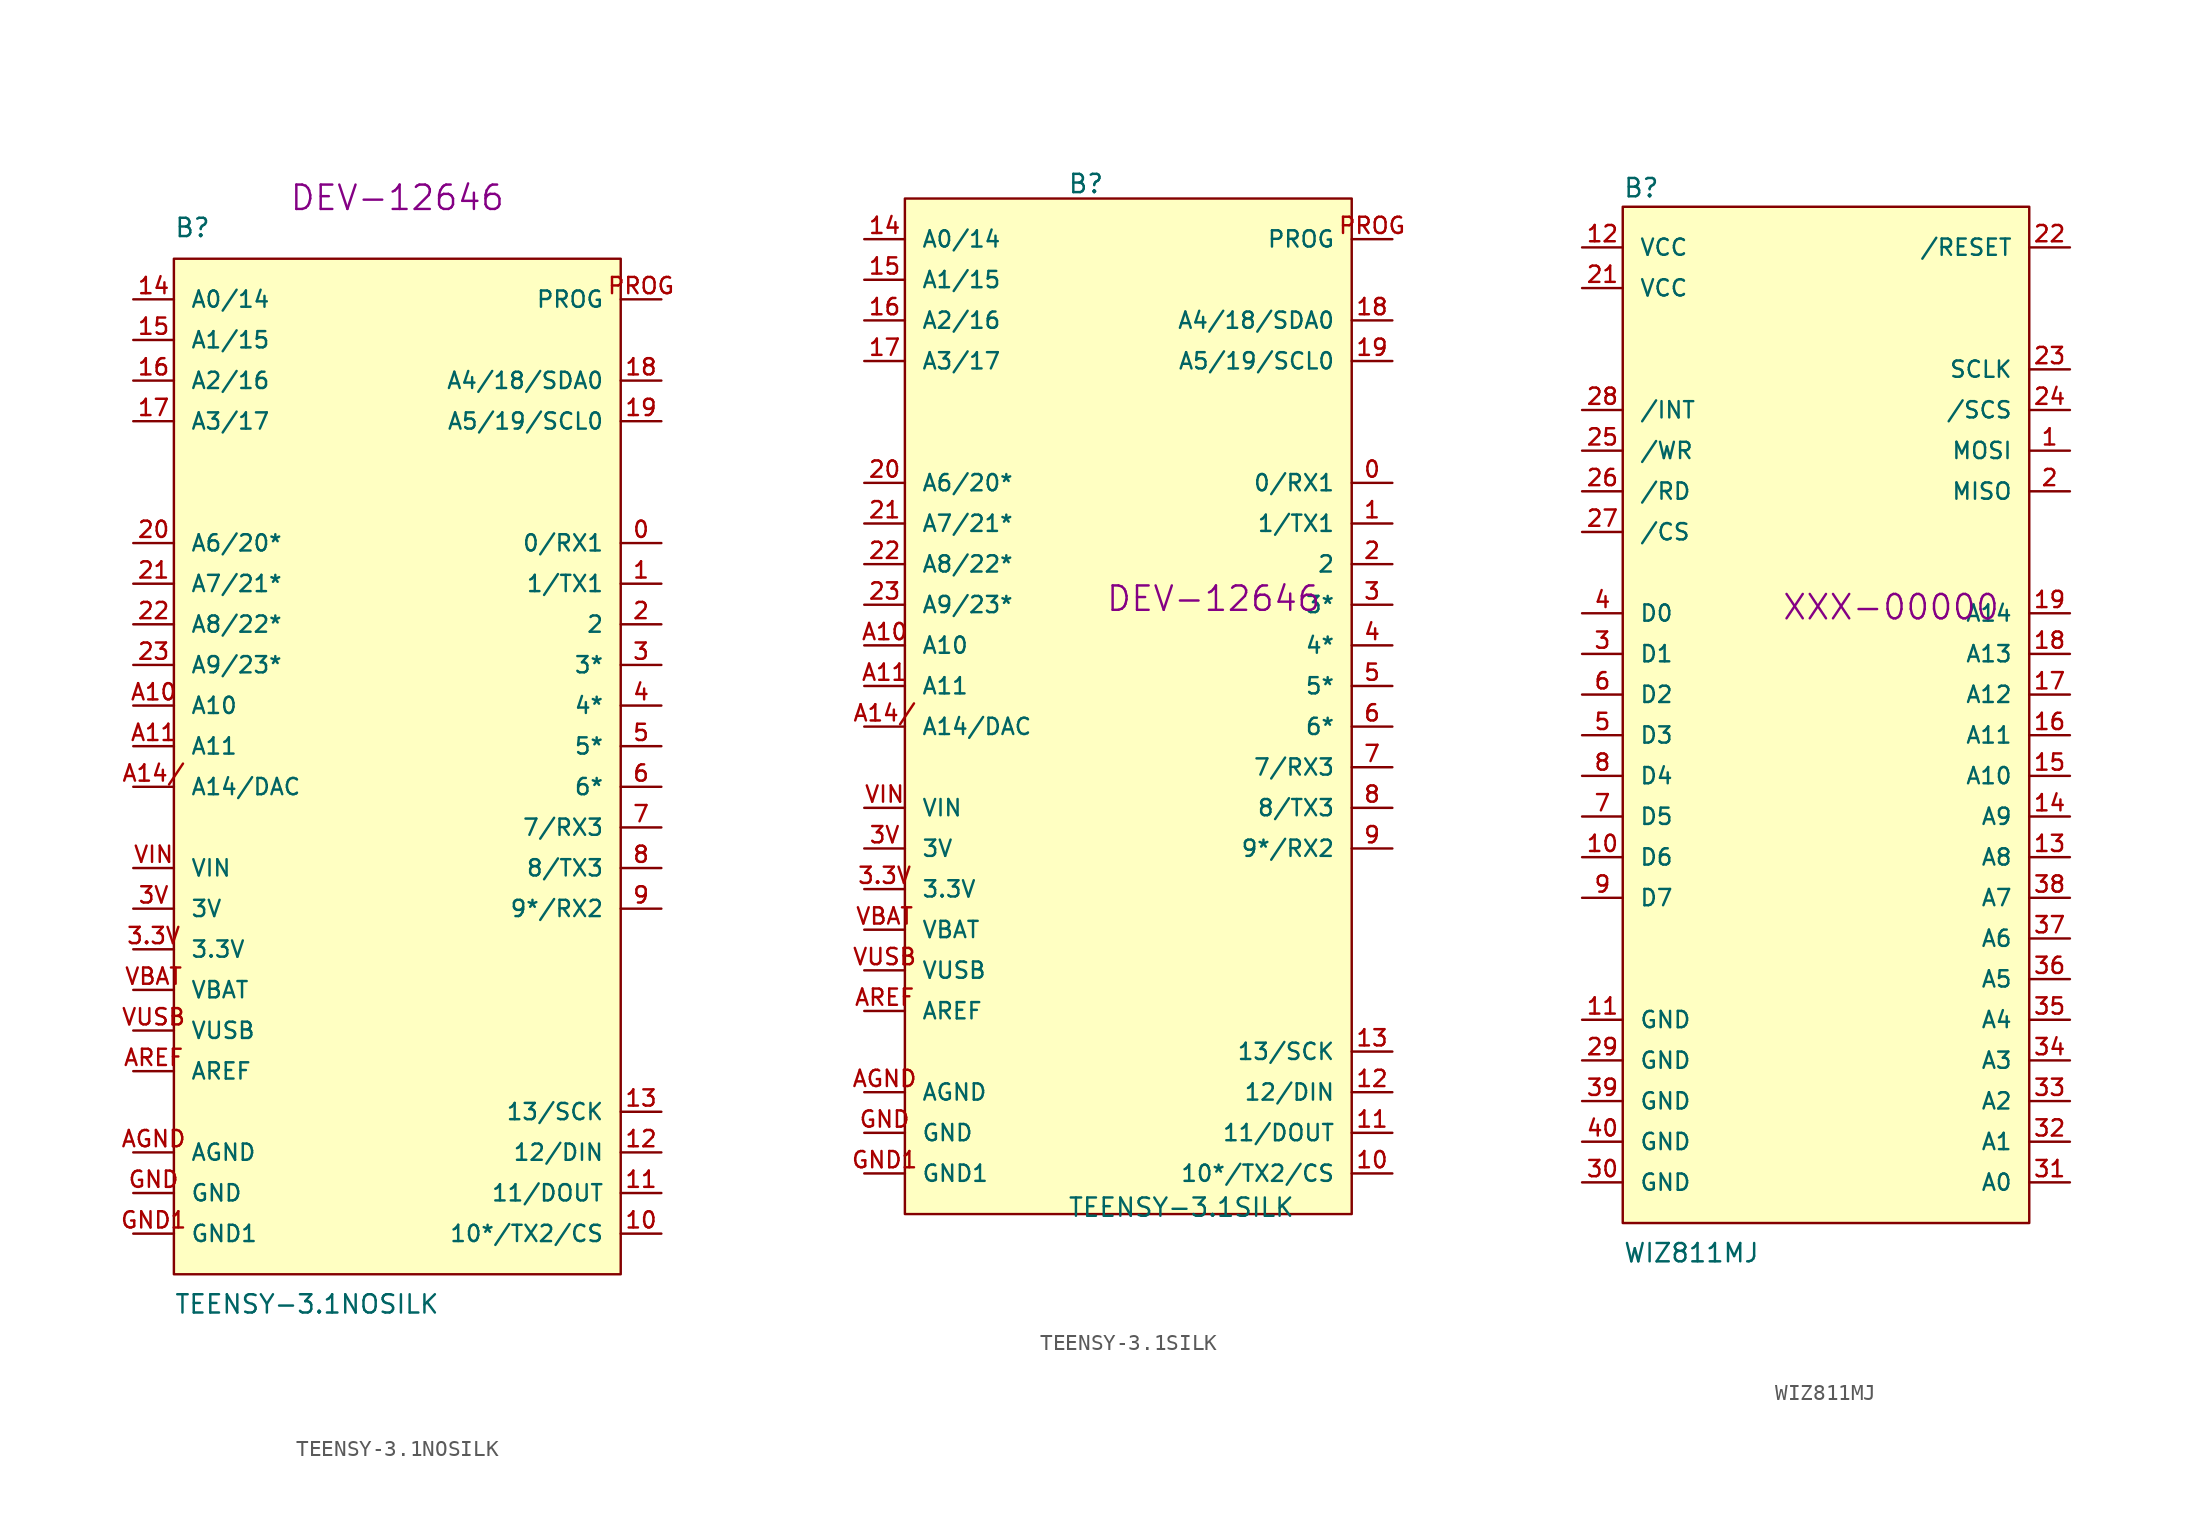
<source format=kicad_sym>
(kicad_symbol_lib
  (version 20220914)
  (generator kicad_symbol_editor)
  (symbol "TEENSY-3.1NOSILK"
    (pin_names
      (offset 1.016))
    (property "Reference" "B"
      (at -13.97 31.75 0)
      (effects (font (size 1.143 1.143)) (justify left bottom)))
    (property "Value" "TEENSY-3.1NOSILK"
      (at -13.97 -35.56 0)
      (effects (font (size 1.143 1.143)) (justify left bottom)))
    (property "Field4" "DEV-12646"
      (at 0 34.29 0)
      (effects (font (size 1.524 1.524))))
    (property "ki_locked" ""
      (at 0 0 0)
      (effects (font (size 1.27 1.27))))
    (symbol "TEENSY-3.1NOSILK_1_1"
      (polyline (pts (xy -13.97 -33.02) (xy -13.97 30.48) (xy 13.97 30.48) (xy 13.97 -33.02) (xy -13.97 -33.02)) (stroke (width 0) (type solid)) (fill (type background)))
      (pin bidirectional line (at 16.51 12.7 180) (length 2.54) (name "0/RX1" (effects (font (size 1.016 1.016)))) (number "0" (effects (font (size 1.016 1.016)))))
      (pin bidirectional line (at 16.51 10.16 180) (length 2.54) (name "1/TX1" (effects (font (size 1.016 1.016)))) (number "1" (effects (font (size 1.016 1.016)))))
      (pin bidirectional line (at 16.51 -30.48 180) (length 2.54) (name "10*/TX2/CS" (effects (font (size 1.016 1.016)))) (number "10" (effects (font (size 1.016 1.016)))))
      (pin bidirectional line (at 16.51 -27.94 180) (length 2.54) (name "11/DOUT" (effects (font (size 1.016 1.016)))) (number "11" (effects (font (size 1.016 1.016)))))
      (pin bidirectional line (at 16.51 -25.4 180) (length 2.54) (name "12/DIN" (effects (font (size 1.016 1.016)))) (number "12" (effects (font (size 1.016 1.016)))))
      (pin bidirectional line (at 16.51 -22.86 180) (length 2.54) (name "13/SCK" (effects (font (size 1.016 1.016)))) (number "13" (effects (font (size 1.016 1.016)))))
      (pin bidirectional line (at -16.51 27.94 0) (length 2.54) (name "A0/14" (effects (font (size 1.016 1.016)))) (number "14" (effects (font (size 1.016 1.016)))))
      (pin bidirectional line (at -16.51 25.4 0) (length 2.54) (name "A1/15" (effects (font (size 1.016 1.016)))) (number "15" (effects (font (size 1.016 1.016)))))
      (pin bidirectional line (at -16.51 22.86 0) (length 2.54) (name "A2/16" (effects (font (size 1.016 1.016)))) (number "16" (effects (font (size 1.016 1.016)))))
      (pin bidirectional line (at -16.51 20.32 0) (length 2.54) (name "A3/17" (effects (font (size 1.016 1.016)))) (number "17" (effects (font (size 1.016 1.016)))))
      (pin bidirectional line (at 16.51 22.86 180) (length 2.54) (name "A4/18/SDA0" (effects (font (size 1.016 1.016)))) (number "18" (effects (font (size 1.016 1.016)))))
      (pin bidirectional line (at 16.51 20.32 180) (length 2.54) (name "A5/19/SCL0" (effects (font (size 1.016 1.016)))) (number "19" (effects (font (size 1.016 1.016)))))
      (pin bidirectional line (at 16.51 7.62 180) (length 2.54) (name "2" (effects (font (size 1.016 1.016)))) (number "2" (effects (font (size 1.016 1.016)))))
      (pin bidirectional line (at -16.51 12.7 0) (length 2.54) (name "A6/20*" (effects (font (size 1.016 1.016)))) (number "20" (effects (font (size 1.016 1.016)))))
      (pin bidirectional line (at -16.51 10.16 0) (length 2.54) (name "A7/21*" (effects (font (size 1.016 1.016)))) (number "21" (effects (font (size 1.016 1.016)))))
      (pin bidirectional line (at -16.51 7.62 0) (length 2.54) (name "A8/22*" (effects (font (size 1.016 1.016)))) (number "22" (effects (font (size 1.016 1.016)))))
      (pin bidirectional line (at -16.51 5.08 0) (length 2.54) (name "A9/23*" (effects (font (size 1.016 1.016)))) (number "23" (effects (font (size 1.016 1.016)))))
      (pin bidirectional line (at 16.51 5.08 180) (length 2.54) (name "3*" (effects (font (size 1.016 1.016)))) (number "3" (effects (font (size 1.016 1.016)))))
      (pin power_in line (at -16.51 -12.7 0) (length 2.54) (name "3.3V" (effects (font (size 1.016 1.016)))) (number "3.3V" (effects (font (size 1.016 1.016)))))
      (pin power_in line (at -16.51 -10.16 0) (length 2.54) (name "3V" (effects (font (size 1.016 1.016)))) (number "3V" (effects (font (size 1.016 1.016)))))
      (pin bidirectional line (at 16.51 2.54 180) (length 2.54) (name "4*" (effects (font (size 1.016 1.016)))) (number "4" (effects (font (size 1.016 1.016)))))
      (pin bidirectional line (at 16.51 0 180) (length 2.54) (name "5*" (effects (font (size 1.016 1.016)))) (number "5" (effects (font (size 1.016 1.016)))))
      (pin bidirectional line (at 16.51 -2.54 180) (length 2.54) (name "6*" (effects (font (size 1.016 1.016)))) (number "6" (effects (font (size 1.016 1.016)))))
      (pin bidirectional line (at 16.51 -5.08 180) (length 2.54) (name "7/RX3" (effects (font (size 1.016 1.016)))) (number "7" (effects (font (size 1.016 1.016)))))
      (pin bidirectional line (at 16.51 -7.62 180) (length 2.54) (name "8/TX3" (effects (font (size 1.016 1.016)))) (number "8" (effects (font (size 1.016 1.016)))))
      (pin bidirectional line (at 16.51 -10.16 180) (length 2.54) (name "9*/RX2" (effects (font (size 1.016 1.016)))) (number "9" (effects (font (size 1.016 1.016)))))
      (pin bidirectional line (at -16.51 2.54 0) (length 2.54) (name "A10" (effects (font (size 1.016 1.016)))) (number "A10" (effects (font (size 1.016 1.016)))))
      (pin bidirectional line (at -16.51 0 0) (length 2.54) (name "A11" (effects (font (size 1.016 1.016)))) (number "A11" (effects (font (size 1.016 1.016)))))
      (pin bidirectional line (at -16.51 -2.54 0) (length 2.54) (name "A14/DAC" (effects (font (size 1.016 1.016)))) (number "A14/" (effects (font (size 1.016 1.016)))))
      (pin power_in line (at -16.51 -25.4 0) (length 2.54) (name "AGND" (effects (font (size 1.016 1.016)))) (number "AGND" (effects (font (size 1.016 1.016)))))
      (pin bidirectional line (at -16.51 -20.32 0) (length 2.54) (name "AREF" (effects (font (size 1.016 1.016)))) (number "AREF" (effects (font (size 1.016 1.016)))))
      (pin power_in line (at -16.51 -27.94 0) (length 2.54) (name "GND" (effects (font (size 1.016 1.016)))) (number "GND" (effects (font (size 1.016 1.016)))))
      (pin power_in line (at -16.51 -30.48 0) (length 2.54) (name "GND1" (effects (font (size 1.016 1.016)))) (number "GND1" (effects (font (size 1.016 1.016)))))
      (pin bidirectional line (at 16.51 27.94 180) (length 2.54) (name "PROG" (effects (font (size 1.016 1.016)))) (number "PROG" (effects (font (size 1.016 1.016)))))
      (pin power_in line (at -16.51 -15.24 0) (length 2.54) (name "VBAT" (effects (font (size 1.016 1.016)))) (number "VBAT" (effects (font (size 1.016 1.016)))))
      (pin power_in line (at -16.51 -7.62 0) (length 2.54) (name "VIN" (effects (font (size 1.016 1.016)))) (number "VIN" (effects (font (size 1.016 1.016)))))
      (pin power_in line (at -16.51 -17.78 0) (length 2.54) (name "VUSB" (effects (font (size 1.016 1.016)))) (number "VUSB" (effects (font (size 1.016 1.016)))))))
  (symbol "TEENSY-3.1SILK"
    (pin_names
      (offset 1.016))
    (property "Reference" "B"
      (at -5.08 30.734 0)
      (effects (font (size 1.143 1.143)) (justify left bottom)))
    (property "Value" "TEENSY-3.1SILK"
      (at -5.08 -33.274 0)
      (effects (font (size 1.143 1.143)) (justify left bottom)))
    (property "Field4" "DEV-12646"
      (at 4.064 5.461 0)
      (effects (font (size 1.524 1.524))))
    (property "ki_locked" ""
      (at 0 0 0)
      (effects (font (size 1.27 1.27))))
    (symbol "TEENSY-3.1SILK_1_1"
      (polyline (pts (xy -15.24 -33.02) (xy -15.24 30.48) (xy 12.7 30.48) (xy 12.7 -33.02) (xy -15.24 -33.02)) (stroke (width 0) (type solid)) (fill (type background)))
      (pin bidirectional line (at 15.24 12.7 180) (length 2.54) (name "0/RX1" (effects (font (size 1.016 1.016)))) (number "0" (effects (font (size 1.016 1.016)))))
      (pin bidirectional line (at 15.24 10.16 180) (length 2.54) (name "1/TX1" (effects (font (size 1.016 1.016)))) (number "1" (effects (font (size 1.016 1.016)))))
      (pin bidirectional line (at 15.24 -30.48 180) (length 2.54) (name "10*/TX2/CS" (effects (font (size 1.016 1.016)))) (number "10" (effects (font (size 1.016 1.016)))))
      (pin bidirectional line (at 15.24 -27.94 180) (length 2.54) (name "11/DOUT" (effects (font (size 1.016 1.016)))) (number "11" (effects (font (size 1.016 1.016)))))
      (pin bidirectional line (at 15.24 -25.4 180) (length 2.54) (name "12/DIN" (effects (font (size 1.016 1.016)))) (number "12" (effects (font (size 1.016 1.016)))))
      (pin bidirectional line (at 15.24 -22.86 180) (length 2.54) (name "13/SCK" (effects (font (size 1.016 1.016)))) (number "13" (effects (font (size 1.016 1.016)))))
      (pin bidirectional line (at -17.78 27.94 0) (length 2.54) (name "A0/14" (effects (font (size 1.016 1.016)))) (number "14" (effects (font (size 1.016 1.016)))))
      (pin bidirectional line (at -17.78 25.4 0) (length 2.54) (name "A1/15" (effects (font (size 1.016 1.016)))) (number "15" (effects (font (size 1.016 1.016)))))
      (pin bidirectional line (at -17.78 22.86 0) (length 2.54) (name "A2/16" (effects (font (size 1.016 1.016)))) (number "16" (effects (font (size 1.016 1.016)))))
      (pin bidirectional line (at -17.78 20.32 0) (length 2.54) (name "A3/17" (effects (font (size 1.016 1.016)))) (number "17" (effects (font (size 1.016 1.016)))))
      (pin bidirectional line (at 15.24 22.86 180) (length 2.54) (name "A4/18/SDA0" (effects (font (size 1.016 1.016)))) (number "18" (effects (font (size 1.016 1.016)))))
      (pin bidirectional line (at 15.24 20.32 180) (length 2.54) (name "A5/19/SCL0" (effects (font (size 1.016 1.016)))) (number "19" (effects (font (size 1.016 1.016)))))
      (pin bidirectional line (at 15.24 7.62 180) (length 2.54) (name "2" (effects (font (size 1.016 1.016)))) (number "2" (effects (font (size 1.016 1.016)))))
      (pin bidirectional line (at -17.78 12.7 0) (length 2.54) (name "A6/20*" (effects (font (size 1.016 1.016)))) (number "20" (effects (font (size 1.016 1.016)))))
      (pin bidirectional line (at -17.78 10.16 0) (length 2.54) (name "A7/21*" (effects (font (size 1.016 1.016)))) (number "21" (effects (font (size 1.016 1.016)))))
      (pin bidirectional line (at -17.78 7.62 0) (length 2.54) (name "A8/22*" (effects (font (size 1.016 1.016)))) (number "22" (effects (font (size 1.016 1.016)))))
      (pin bidirectional line (at -17.78 5.08 0) (length 2.54) (name "A9/23*" (effects (font (size 1.016 1.016)))) (number "23" (effects (font (size 1.016 1.016)))))
      (pin bidirectional line (at 15.24 5.08 180) (length 2.54) (name "3*" (effects (font (size 1.016 1.016)))) (number "3" (effects (font (size 1.016 1.016)))))
      (pin power_in line (at -17.78 -12.7 0) (length 2.54) (name "3.3V" (effects (font (size 1.016 1.016)))) (number "3.3V" (effects (font (size 1.016 1.016)))))
      (pin power_in line (at -17.78 -10.16 0) (length 2.54) (name "3V" (effects (font (size 1.016 1.016)))) (number "3V" (effects (font (size 1.016 1.016)))))
      (pin bidirectional line (at 15.24 2.54 180) (length 2.54) (name "4*" (effects (font (size 1.016 1.016)))) (number "4" (effects (font (size 1.016 1.016)))))
      (pin bidirectional line (at 15.24 0 180) (length 2.54) (name "5*" (effects (font (size 1.016 1.016)))) (number "5" (effects (font (size 1.016 1.016)))))
      (pin bidirectional line (at 15.24 -2.54 180) (length 2.54) (name "6*" (effects (font (size 1.016 1.016)))) (number "6" (effects (font (size 1.016 1.016)))))
      (pin bidirectional line (at 15.24 -5.08 180) (length 2.54) (name "7/RX3" (effects (font (size 1.016 1.016)))) (number "7" (effects (font (size 1.016 1.016)))))
      (pin bidirectional line (at 15.24 -7.62 180) (length 2.54) (name "8/TX3" (effects (font (size 1.016 1.016)))) (number "8" (effects (font (size 1.016 1.016)))))
      (pin bidirectional line (at 15.24 -10.16 180) (length 2.54) (name "9*/RX2" (effects (font (size 1.016 1.016)))) (number "9" (effects (font (size 1.016 1.016)))))
      (pin bidirectional line (at -17.78 2.54 0) (length 2.54) (name "A10" (effects (font (size 1.016 1.016)))) (number "A10" (effects (font (size 1.016 1.016)))))
      (pin bidirectional line (at -17.78 0 0) (length 2.54) (name "A11" (effects (font (size 1.016 1.016)))) (number "A11" (effects (font (size 1.016 1.016)))))
      (pin bidirectional line (at -17.78 -2.54 0) (length 2.54) (name "A14/DAC" (effects (font (size 1.016 1.016)))) (number "A14/" (effects (font (size 1.016 1.016)))))
      (pin power_in line (at -17.78 -25.4 0) (length 2.54) (name "AGND" (effects (font (size 1.016 1.016)))) (number "AGND" (effects (font (size 1.016 1.016)))))
      (pin bidirectional line (at -17.78 -20.32 0) (length 2.54) (name "AREF" (effects (font (size 1.016 1.016)))) (number "AREF" (effects (font (size 1.016 1.016)))))
      (pin power_in line (at -17.78 -27.94 0) (length 2.54) (name "GND" (effects (font (size 1.016 1.016)))) (number "GND" (effects (font (size 1.016 1.016)))))
      (pin power_in line (at -17.78 -30.48 0) (length 2.54) (name "GND1" (effects (font (size 1.016 1.016)))) (number "GND1" (effects (font (size 1.016 1.016)))))
      (pin bidirectional line (at 15.24 27.94 180) (length 2.54) (name "PROG" (effects (font (size 1.016 1.016)))) (number "PROG" (effects (font (size 1.016 1.016)))))
      (pin power_in line (at -17.78 -15.24 0) (length 2.54) (name "VBAT" (effects (font (size 1.016 1.016)))) (number "VBAT" (effects (font (size 1.016 1.016)))))
      (pin power_in line (at -17.78 -7.62 0) (length 2.54) (name "VIN" (effects (font (size 1.016 1.016)))) (number "VIN" (effects (font (size 1.016 1.016)))))
      (pin power_in line (at -17.78 -17.78 0) (length 2.54) (name "VUSB" (effects (font (size 1.016 1.016)))) (number "VUSB" (effects (font (size 1.016 1.016)))))))
  (symbol "WIZ811MJ"
    (pin_names
      (offset 1.016))
    (property "Reference" "B"
      (at -12.7 30.988 0)
      (effects (font (size 1.143 1.143)) (justify left bottom)))
    (property "Value" "WIZ811MJ"
      (at -12.7 -35.56 0)
      (effects (font (size 1.143 1.143)) (justify left bottom)))
    (property "Field4" "XXX-00000"
      (at 4.064 5.461 0)
      (effects (font (size 1.524 1.524))))
    (property "ki_locked" ""
      (at 0 0 0)
      (effects (font (size 1.27 1.27))))
    (symbol "WIZ811MJ_1_1"
      (polyline (pts (xy -12.7 30.48) (xy -12.7 -33.02) (xy 12.7 -33.02) (xy 12.7 30.48) (xy -12.7 30.48)) (stroke (width 0) (type solid)) (fill (type background)))
      (pin bidirectional line (at 15.24 15.24 180) (length 2.54) (name "MOSI" (effects (font (size 1.016 1.016)))) (number "1" (effects (font (size 1.016 1.016)))))
      (pin bidirectional line (at -15.24 -10.16 0) (length 2.54) (name "D6" (effects (font (size 1.016 1.016)))) (number "10" (effects (font (size 1.016 1.016)))))
      (pin bidirectional line (at -15.24 -20.32 0) (length 2.54) (name "GND" (effects (font (size 1.016 1.016)))) (number "11" (effects (font (size 1.016 1.016)))))
      (pin bidirectional line (at -15.24 27.94 0) (length 2.54) (name "VCC" (effects (font (size 1.016 1.016)))) (number "12" (effects (font (size 1.016 1.016)))))
      (pin bidirectional line (at 15.24 -10.16 180) (length 2.54) (name "A8" (effects (font (size 1.016 1.016)))) (number "13" (effects (font (size 1.016 1.016)))))
      (pin bidirectional line (at 15.24 -7.62 180) (length 2.54) (name "A9" (effects (font (size 1.016 1.016)))) (number "14" (effects (font (size 1.016 1.016)))))
      (pin bidirectional line (at 15.24 -5.08 180) (length 2.54) (name "A10" (effects (font (size 1.016 1.016)))) (number "15" (effects (font (size 1.016 1.016)))))
      (pin bidirectional line (at 15.24 -2.54 180) (length 2.54) (name "A11" (effects (font (size 1.016 1.016)))) (number "16" (effects (font (size 1.016 1.016)))))
      (pin bidirectional line (at 15.24 0 180) (length 2.54) (name "A12" (effects (font (size 1.016 1.016)))) (number "17" (effects (font (size 1.016 1.016)))))
      (pin bidirectional line (at 15.24 2.54 180) (length 2.54) (name "A13" (effects (font (size 1.016 1.016)))) (number "18" (effects (font (size 1.016 1.016)))))
      (pin bidirectional line (at 15.24 5.08 180) (length 2.54) (name "A14" (effects (font (size 1.016 1.016)))) (number "19" (effects (font (size 1.016 1.016)))))
      (pin bidirectional line (at 15.24 12.7 180) (length 2.54) (name "MISO" (effects (font (size 1.016 1.016)))) (number "2" (effects (font (size 1.016 1.016)))))
      (pin bidirectional line (at -15.24 25.4 0) (length 2.54) (name "VCC" (effects (font (size 1.016 1.016)))) (number "21" (effects (font (size 1.016 1.016)))))
      (pin bidirectional line (at 15.24 27.94 180) (length 2.54) (name "/RESET" (effects (font (size 1.016 1.016)))) (number "22" (effects (font (size 1.016 1.016)))))
      (pin bidirectional line (at 15.24 20.32 180) (length 2.54) (name "SCLK" (effects (font (size 1.016 1.016)))) (number "23" (effects (font (size 1.016 1.016)))))
      (pin bidirectional line (at 15.24 17.78 180) (length 2.54) (name "/SCS" (effects (font (size 1.016 1.016)))) (number "24" (effects (font (size 1.016 1.016)))))
      (pin bidirectional line (at -15.24 15.24 0) (length 2.54) (name "/WR" (effects (font (size 1.016 1.016)))) (number "25" (effects (font (size 1.016 1.016)))))
      (pin bidirectional line (at -15.24 12.7 0) (length 2.54) (name "/RD" (effects (font (size 1.016 1.016)))) (number "26" (effects (font (size 1.016 1.016)))))
      (pin bidirectional line (at -15.24 10.16 0) (length 2.54) (name "/CS" (effects (font (size 1.016 1.016)))) (number "27" (effects (font (size 1.016 1.016)))))
      (pin bidirectional line (at -15.24 17.78 0) (length 2.54) (name "/INT" (effects (font (size 1.016 1.016)))) (number "28" (effects (font (size 1.016 1.016)))))
      (pin bidirectional line (at -15.24 -22.86 0) (length 2.54) (name "GND" (effects (font (size 1.016 1.016)))) (number "29" (effects (font (size 1.016 1.016)))))
      (pin bidirectional line (at -15.24 2.54 0) (length 2.54) (name "D1" (effects (font (size 1.016 1.016)))) (number "3" (effects (font (size 1.016 1.016)))))
      (pin bidirectional line (at -15.24 -30.48 0) (length 2.54) (name "GND" (effects (font (size 1.016 1.016)))) (number "30" (effects (font (size 1.016 1.016)))))
      (pin bidirectional line (at 15.24 -30.48 180) (length 2.54) (name "A0" (effects (font (size 1.016 1.016)))) (number "31" (effects (font (size 1.016 1.016)))))
      (pin bidirectional line (at 15.24 -27.94 180) (length 2.54) (name "A1" (effects (font (size 1.016 1.016)))) (number "32" (effects (font (size 1.016 1.016)))))
      (pin bidirectional line (at 15.24 -25.4 180) (length 2.54) (name "A2" (effects (font (size 1.016 1.016)))) (number "33" (effects (font (size 1.016 1.016)))))
      (pin bidirectional line (at 15.24 -22.86 180) (length 2.54) (name "A3" (effects (font (size 1.016 1.016)))) (number "34" (effects (font (size 1.016 1.016)))))
      (pin bidirectional line (at 15.24 -20.32 180) (length 2.54) (name "A4" (effects (font (size 1.016 1.016)))) (number "35" (effects (font (size 1.016 1.016)))))
      (pin bidirectional line (at 15.24 -17.78 180) (length 2.54) (name "A5" (effects (font (size 1.016 1.016)))) (number "36" (effects (font (size 1.016 1.016)))))
      (pin bidirectional line (at 15.24 -15.24 180) (length 2.54) (name "A6" (effects (font (size 1.016 1.016)))) (number "37" (effects (font (size 1.016 1.016)))))
      (pin bidirectional line (at 15.24 -12.7 180) (length 2.54) (name "A7" (effects (font (size 1.016 1.016)))) (number "38" (effects (font (size 1.016 1.016)))))
      (pin bidirectional line (at -15.24 -25.4 0) (length 2.54) (name "GND" (effects (font (size 1.016 1.016)))) (number "39" (effects (font (size 1.016 1.016)))))
      (pin bidirectional line (at -15.24 5.08 0) (length 2.54) (name "D0" (effects (font (size 1.016 1.016)))) (number "4" (effects (font (size 1.016 1.016)))))
      (pin bidirectional line (at -15.24 -27.94 0) (length 2.54) (name "GND" (effects (font (size 1.016 1.016)))) (number "40" (effects (font (size 1.016 1.016)))))
      (pin bidirectional line (at -15.24 -2.54 0) (length 2.54) (name "D3" (effects (font (size 1.016 1.016)))) (number "5" (effects (font (size 1.016 1.016)))))
      (pin bidirectional line (at -15.24 0 0) (length 2.54) (name "D2" (effects (font (size 1.016 1.016)))) (number "6" (effects (font (size 1.016 1.016)))))
      (pin bidirectional line (at -15.24 -7.62 0) (length 2.54) (name "D5" (effects (font (size 1.016 1.016)))) (number "7" (effects (font (size 1.016 1.016)))))
      (pin bidirectional line (at -15.24 -5.08 0) (length 2.54) (name "D4" (effects (font (size 1.016 1.016)))) (number "8" (effects (font (size 1.016 1.016)))))
      (pin bidirectional line (at -15.24 -12.7 0) (length 2.54) (name "D7" (effects (font (size 1.016 1.016)))) (number "9" (effects (font (size 1.016 1.016))))))))
</source>
